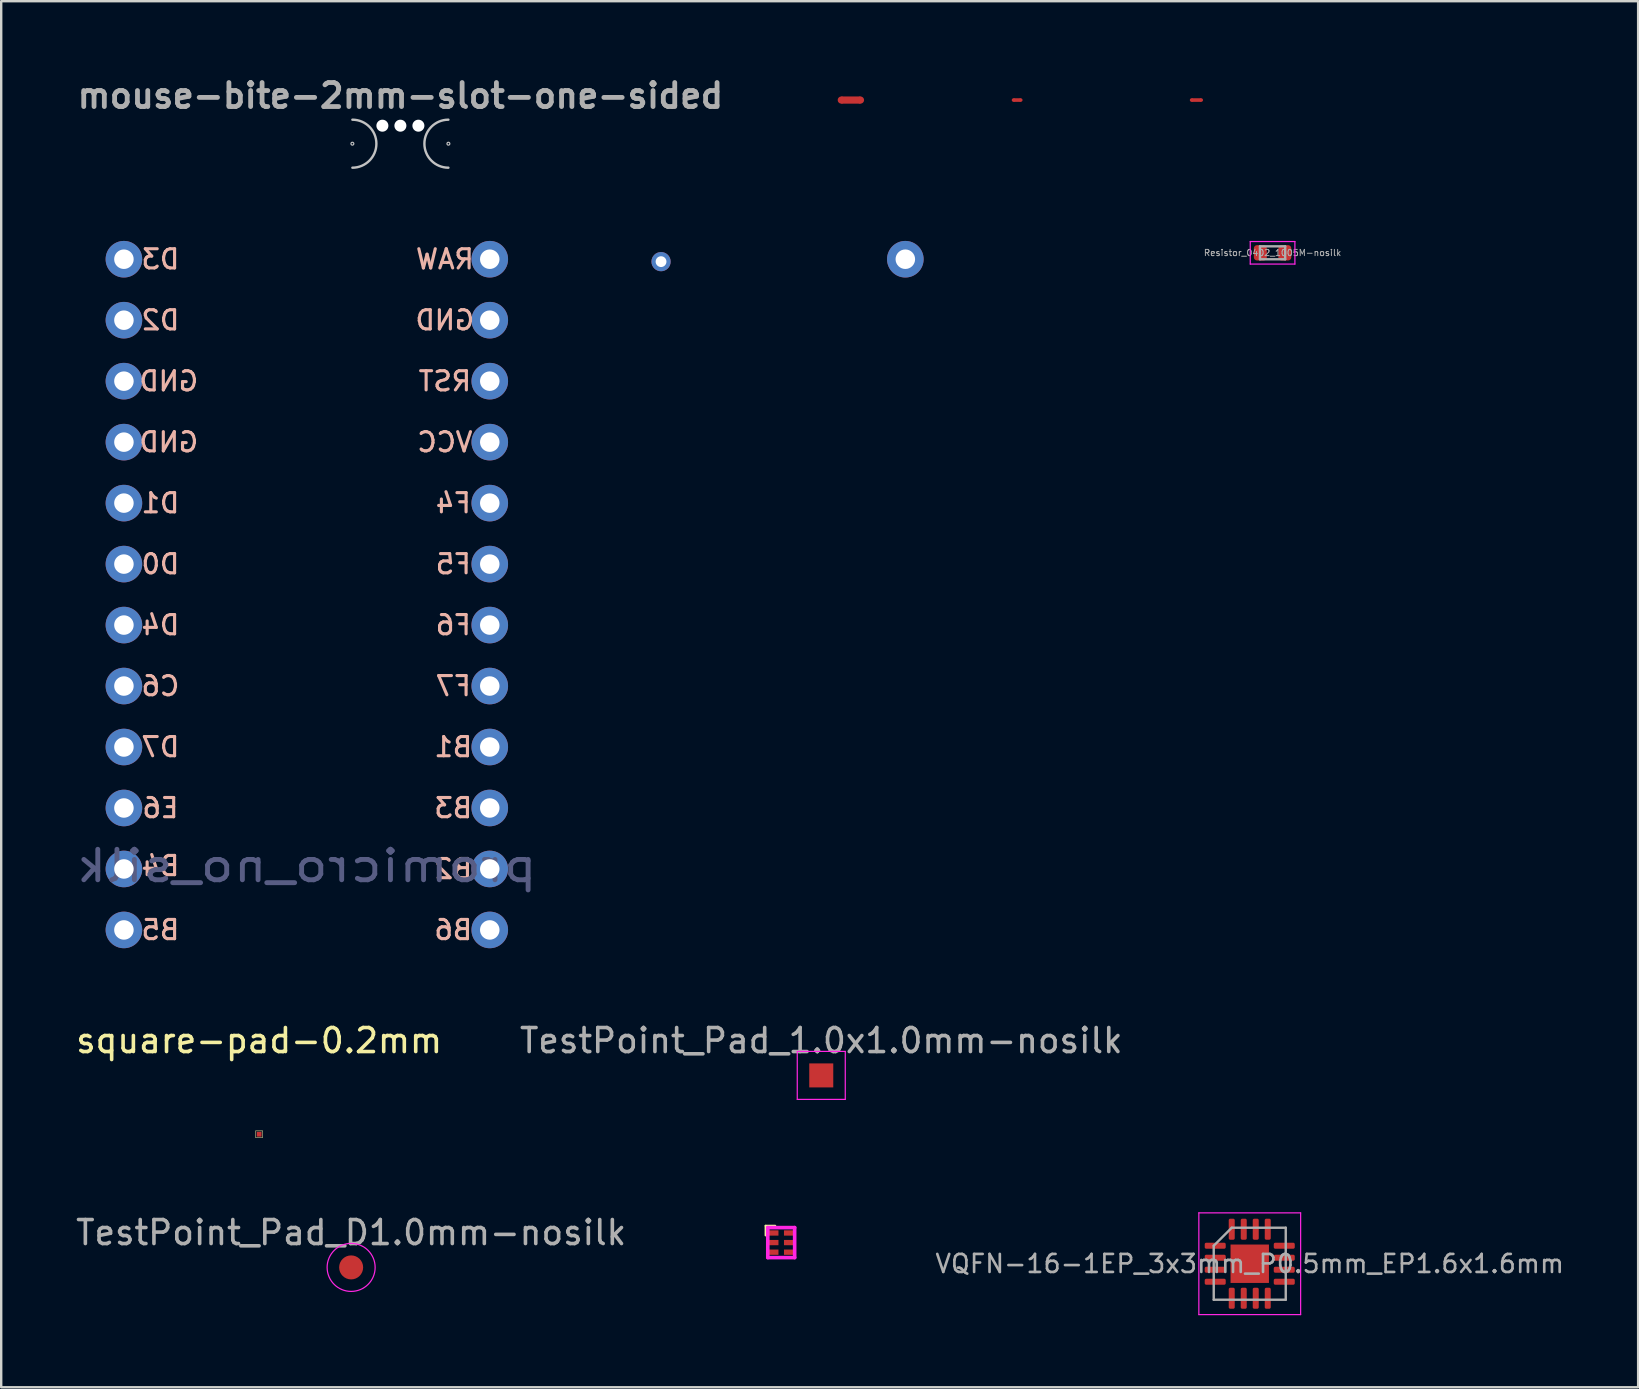
<source format=kicad_pcb>
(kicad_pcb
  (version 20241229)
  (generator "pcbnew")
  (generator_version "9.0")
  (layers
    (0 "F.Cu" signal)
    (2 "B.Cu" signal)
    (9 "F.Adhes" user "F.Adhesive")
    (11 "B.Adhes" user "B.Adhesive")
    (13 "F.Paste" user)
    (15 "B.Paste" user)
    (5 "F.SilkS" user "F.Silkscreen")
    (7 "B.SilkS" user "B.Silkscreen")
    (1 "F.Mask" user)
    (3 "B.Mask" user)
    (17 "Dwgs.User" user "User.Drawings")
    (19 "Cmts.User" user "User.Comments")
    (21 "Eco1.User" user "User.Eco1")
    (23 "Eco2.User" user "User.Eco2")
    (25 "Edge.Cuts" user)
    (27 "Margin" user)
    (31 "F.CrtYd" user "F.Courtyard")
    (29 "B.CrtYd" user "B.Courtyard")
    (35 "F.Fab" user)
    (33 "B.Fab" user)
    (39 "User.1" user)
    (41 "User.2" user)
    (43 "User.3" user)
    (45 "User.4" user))
  (footprint "promicro_no_silk"
    (layer "F.Cu")
    (at 9.732 21.718)
    (property "Reference" "promicro_no_silk" (at 0 11.303 0) (layer "B.Fab") (effects (font (size 1.27 1.524) (thickness 0.203)) (justify mirror)))
    (attr through_hole)
    (fp_text user "F5" (at 6.1 -1.27 0) (unlocked yes) (layer "B.SilkS") (effects (font (size 0.8 0.8) (thickness 0.13)) (justify mirror)))
    (fp_text user "F7" (at 6.1 3.81 0) (unlocked yes) (layer "B.SilkS") (effects (font (size 0.8 0.8) (thickness 0.13)) (justify mirror)))
    (fp_text user "D4" (at -6.1 1.27 0) (unlocked yes) (layer "B.SilkS") (effects (font (size 0.8 0.8) (thickness 0.13)) (justify mirror)))
    (fp_text user "B2" (at 6.1 11.43 0) (unlocked yes) (layer "B.SilkS") (effects (font (size 0.8 0.8) (thickness 0.13)) (justify mirror)))
    (fp_text user "B5" (at -6.1 13.97 0) (unlocked yes) (layer "B.SilkS") (effects (font (size 0.8 0.8) (thickness 0.13)) (justify mirror)))
    (fp_text user "B4" (at -6.1 11.303 0) (unlocked yes) (layer "B.SilkS") (effects (font (size 0.8 0.8) (thickness 0.13)) (justify mirror)))
    (fp_text user "F4" (at 6.1 -3.81 0) (unlocked yes) (layer "B.SilkS") (effects (font (size 0.8 0.8) (thickness 0.13)) (justify mirror)))
    (fp_text user "B6" (at 6.1 13.97 0) (unlocked yes) (layer "B.SilkS") (effects (font (size 0.8 0.8) (thickness 0.13)) (justify mirror)))
    (fp_text user "D2" (at -6.1 -11.43 0) (unlocked yes) (layer "B.SilkS") (effects (font (size 0.8 0.8) (thickness 0.13)) (justify mirror)))
    (fp_text user "GND" (at -5.75 -6.35 0) (unlocked yes) (layer "B.SilkS") (effects (font (size 0.8 0.8) (thickness 0.13)) (justify mirror)))
    (fp_text user "C6" (at -6.1 3.81 0) (unlocked yes) (layer "B.SilkS") (effects (font (size 0.8 0.8) (thickness 0.13)) (justify mirror)))
    (fp_text user "GND" (at 5.75 -11.43 0) (unlocked yes) (layer "B.SilkS") (effects (font (size 0.8 0.8) (thickness 0.13)) (justify mirror)))
    (fp_text user "VCC" (at 5.75 -6.35 0) (unlocked yes) (layer "B.SilkS") (effects (font (size 0.8 0.8) (thickness 0.13)) (justify mirror)))
    (fp_text user "E6" (at -6.1 8.89 0) (unlocked yes) (layer "B.SilkS") (effects (font (size 0.8 0.8) (thickness 0.13)) (justify mirror)))
    (fp_text user "D3" (at -6.1 -13.97 0) (unlocked yes) (layer "B.SilkS") (effects (font (size 0.8 0.8) (thickness 0.13)) (justify mirror)))
    (fp_text user "B3" (at 6.1 8.89 0) (unlocked yes) (layer "B.SilkS") (effects (font (size 0.8 0.8) (thickness 0.13)) (justify mirror)))
    (fp_text user "F6" (at 6.1 1.27 0) (unlocked yes) (layer "B.SilkS") (effects (font (size 0.8 0.8) (thickness 0.13)) (justify mirror)))
    (fp_text user "D1" (at -6.1 -3.81 0) (unlocked yes) (layer "B.SilkS") (effects (font (size 0.8 0.8) (thickness 0.13)) (justify mirror)))
    (fp_text user "RST" (at 5.75 -8.89 0) (unlocked yes) (layer "B.SilkS") (effects (font (size 0.8 0.8) (thickness 0.13)) (justify mirror)))
    (fp_text user "D7" (at -6.1 6.35 0) (unlocked yes) (layer "B.SilkS") (effects (font (size 0.8 0.8) (thickness 0.13)) (justify mirror)))
    (fp_text user "RAW" (at 5.75 -13.97 0) (unlocked yes) (layer "B.SilkS") (effects (font (size 0.8 0.8) (thickness 0.13)) (justify mirror)))
    (fp_text user "D0" (at -6.1 -1.27 0) (unlocked yes) (layer "B.SilkS") (effects (font (size 0.8 0.8) (thickness 0.13)) (justify mirror)))
    (fp_text user "B1" (at 6.1 6.35 0) (unlocked yes) (layer "B.SilkS") (effects (font (size 0.8 0.8) (thickness 0.13)) (justify mirror)))
    (fp_text user "GND" (at -5.75 -8.89 0) (unlocked yes) (layer "B.SilkS") (effects (font (size 0.8 0.8) (thickness 0.13)) (justify mirror)))
    (pad "1" thru_hole circle (at -7.62 -13.97) (size 1.524 1.524) (drill 0.813) (layers "*.Cu" "*.Mask"))
    (pad "2" thru_hole circle (at -7.62 -11.43) (size 1.524 1.524) (drill 0.813) (layers "*.Cu" "*.Mask"))
    (pad "3" thru_hole circle (at -7.62 -8.89) (size 1.524 1.524) (drill 0.813) (layers "*.Cu" "*.Mask"))
    (pad "4" thru_hole circle (at -7.62 -6.35) (size 1.524 1.524) (drill 0.813) (layers "*.Cu" "*.Mask"))
    (pad "5" thru_hole circle (at -7.62 -3.81) (size 1.524 1.524) (drill 0.813) (layers "*.Cu" "*.Mask"))
    (pad "6" thru_hole circle (at -7.62 -1.27) (size 1.524 1.524) (drill 0.813) (layers "*.Cu" "*.Mask"))
    (pad "7" thru_hole circle (at -7.62 1.27) (size 1.524 1.524) (drill 0.813) (layers "*.Cu" "*.Mask"))
    (pad "8" thru_hole circle (at -7.62 3.81) (size 1.524 1.524) (drill 0.813) (layers "*.Cu" "*.Mask"))
    (pad "9" thru_hole circle (at -7.62 6.35) (size 1.524 1.524) (drill 0.813) (layers "*.Cu" "*.Mask"))
    (pad "10" thru_hole circle (at -7.62 8.89) (size 1.524 1.524) (drill 0.813) (layers "*.Cu" "*.Mask"))
    (pad "11" thru_hole circle (at -7.62 11.43) (size 1.524 1.524) (drill 0.813) (layers "*.Cu" "*.Mask"))
    (pad "12" thru_hole circle (at -7.62 13.97) (size 1.524 1.524) (drill 0.813) (layers "*.Cu" "*.Mask"))
    (pad "13" thru_hole circle (at 7.62 13.97) (size 1.524 1.524) (drill 0.813) (layers "*.Cu" "*.Mask"))
    (pad "14" thru_hole circle (at 7.62 11.43) (size 1.524 1.524) (drill 0.813) (layers "*.Cu" "*.Mask"))
    (pad "15" thru_hole circle (at 7.62 8.89) (size 1.524 1.524) (drill 0.813) (layers "*.Cu" "*.Mask"))
    (pad "16" thru_hole circle (at 7.62 6.35) (size 1.524 1.524) (drill 0.813) (layers "*.Cu" "*.Mask"))
    (pad "17" thru_hole circle (at 7.62 3.81) (size 1.524 1.524) (drill 0.813) (layers "*.Cu" "*.Mask"))
    (pad "18" thru_hole circle (at 7.62 1.27) (size 1.524 1.524) (drill 0.813) (layers "*.Cu" "*.Mask"))
    (pad "19" thru_hole circle (at 7.62 -1.27) (size 1.524 1.524) (drill 0.813) (layers "*.Cu" "*.Mask"))
    (pad "20" thru_hole circle (at 7.62 -3.81) (size 1.524 1.524) (drill 0.813) (layers "*.Cu" "*.Mask"))
    (pad "21" thru_hole circle (at 7.62 -6.35) (size 1.524 1.524) (drill 0.813) (layers "*.Cu" "*.Mask"))
    (pad "22" thru_hole circle (at 7.62 -8.89) (size 1.524 1.524) (drill 0.813) (layers "*.Cu" "*.Mask"))
    (pad "23" thru_hole circle (at 7.62 -11.43) (size 1.524 1.524) (drill 0.813) (layers "*.Cu" "*.Mask"))
    (pad "24" thru_hole circle (at 7.62 -13.97) (size 1.524 1.524) (drill 0.813) (layers "*.Cu" "*.Mask")))
  (footprint "TestPoint_Pad_1.0x1.0mm-nosilk"
    (layer "F.Cu")
    (at 31.161 41.748)
    (property "Reference" "TestPoint_Pad_1.0x1.0mm-nosilk" (at 0 -0.425 0) (layer "Eco1.User") (effects (font (size 0.3 0.3) (thickness 0.05))))
    (attr exclude_from_pos_files exclude_from_bom)
    (fp_line (start -1 -1) (end -1 1) (stroke (width 0.05) (type solid)) (layer "F.CrtYd"))
    (fp_line (start -1 -1) (end 1 -1) (stroke (width 0.05) (type solid)) (layer "F.CrtYd"))
    (fp_line (start 1 1) (end -1 1) (stroke (width 0.05) (type solid)) (layer "F.CrtYd"))
    (fp_line (start 1 1) (end 1 -1) (stroke (width 0.05) (type solid)) (layer "F.CrtYd"))
    (fp_text user "${REFERENCE}" (at 0 -1.45 0) (layer "F.Fab") (effects (font (size 1 1) (thickness 0.15))))
    (pad "1" smd rect (at 0 0) (size 1 1) (layers "F.Cu" "F.Mask")))
  (footprint "square-pad-0.2mm"
    (layer "F.Cu")
    (at 7.744 44.198)
    (property "Reference" "square-pad-0.2mm" (at 0 -3.9 0) (layer "F.SilkS") (effects (font (size 1 1) (thickness 0.15))))
    (attr through_hole)
    (fp_line (start -0.14 -0.14) (end 0.14 -0.14) (stroke (width 0.02) (type solid)) (layer "F.SilkS"))
    (fp_line (start -0.14 0.14) (end -0.14 -0.14) (stroke (width 0.02) (type solid)) (layer "F.SilkS"))
    (fp_line (start 0.14 -0.14) (end 0.14 0.14) (stroke (width 0.02) (type solid)) (layer "F.SilkS"))
    (fp_line (start 0.14 0.14) (end -0.14 0.14) (stroke (width 0.02) (type solid)) (layer "F.SilkS"))
    (pad "1" connect rect (at 0 0) (size 0.2 0.2) (layers "F.Cu" "F.Mask")))
  (footprint "Resistor_0402_1005M-nosilk"
    (layer "F.Cu")
    (at 49.961 7.481)
    (property "Reference" "Resistor_0402_1005M-nosilk" (at 0 0 180) (layer "Eco2.User") (effects (font (size 0.3 0.3) (thickness 0.05))))
    (attr smd)
    (fp_line (start -0.93 -0.47) (end 0.93 -0.47) (stroke (width 0.05) (type solid)) (layer "F.CrtYd"))
    (fp_line (start -0.93 0.47) (end -0.93 -0.47) (stroke (width 0.05) (type solid)) (layer "F.CrtYd"))
    (fp_line (start 0.93 -0.47) (end 0.93 0.47) (stroke (width 0.05) (type solid)) (layer "F.CrtYd"))
    (fp_line (start 0.93 0.47) (end -0.93 0.47) (stroke (width 0.05) (type solid)) (layer "F.CrtYd"))
    (fp_line (start -0.525 -0.27) (end 0.525 -0.27) (stroke (width 0.1) (type solid)) (layer "F.Fab"))
    (fp_line (start -0.525 0.27) (end -0.525 -0.27) (stroke (width 0.1) (type solid)) (layer "F.Fab"))
    (fp_line (start 0.525 -0.27) (end 0.525 0.27) (stroke (width 0.1) (type solid)) (layer "F.Fab"))
    (fp_line (start 0.525 0.27) (end -0.525 0.27) (stroke (width 0.1) (type solid)) (layer "F.Fab"))
    (fp_text user "${REFERENCE}" (at 0 0 0) (layer "F.Fab") (effects (font (size 0.26 0.26) (thickness 0.04))))
    (pad "1" smd roundrect (at -0.51 0) (size 0.54 0.64) (layers "F.Cu" "F.Mask" "F.Paste") (roundrect_rratio 0.25))
    (pad "2" smd roundrect (at 0.51 0) (size 0.54 0.64) (layers "F.Cu" "F.Mask" "F.Paste") (roundrect_rratio 0.25)))
  (footprint "VQFN-16-1EP_3x3mm_P0.5mm_EP1.6x1.6mm"
    (layer "F.Cu")
    (at 49.01 49.593)
    (property "Reference" "VQFN-16-1EP_3x3mm_P0.5mm_EP1.6x1.6mm" (at 0 0 0) (layer "Eco2.User") (effects (font (size 0.3 0.3) (thickness 0.05))))
    (attr smd)
    (fp_line (start -2.12 -2.12) (end -2.12 2.12) (stroke (width 0.05) (type solid)) (layer "F.CrtYd"))
    (fp_line (start -2.12 2.12) (end 2.12 2.12) (stroke (width 0.05) (type solid)) (layer "F.CrtYd"))
    (fp_line (start 2.12 -2.12) (end -2.12 -2.12) (stroke (width 0.05) (type solid)) (layer "F.CrtYd"))
    (fp_line (start 2.12 2.12) (end 2.12 -2.12) (stroke (width 0.05) (type solid)) (layer "F.CrtYd"))
    (fp_line (start -1.5 -0.75) (end -0.75 -1.5) (stroke (width 0.1) (type solid)) (layer "F.Fab"))
    (fp_line (start -1.5 1.5) (end -1.5 -0.75) (stroke (width 0.1) (type solid)) (layer "F.Fab"))
    (fp_line (start -0.75 -1.5) (end 1.5 -1.5) (stroke (width 0.1) (type solid)) (layer "F.Fab"))
    (fp_line (start 1.5 -1.5) (end 1.5 1.5) (stroke (width 0.1) (type solid)) (layer "F.Fab"))
    (fp_line (start 1.5 1.5) (end -1.5 1.5) (stroke (width 0.1) (type solid)) (layer "F.Fab"))
    (fp_text user "${REFERENCE}" (at 0 0 0) (layer "F.Fab") (effects (font (size 0.75 0.75) (thickness 0.11))))
    (pad "" smd roundrect (at -0.4 -0.4) (size 0.6 0.6) (layers "F.Paste") (roundrect_rratio 0.25))
    (pad "" smd roundrect (at -0.4 0.4) (size 0.6 0.6) (layers "F.Paste") (roundrect_rratio 0.25))
    (pad "" smd roundrect (at 0.4 -0.4) (size 0.6 0.6) (layers "F.Paste") (roundrect_rratio 0.25))
    (pad "" smd roundrect (at 0.4 0.4) (size 0.6 0.6) (layers "F.Paste") (roundrect_rratio 0.25))
    (pad "1" smd roundrect (at -1.438 -0.75) (size 0.875 0.25) (layers "F.Cu" "F.Mask" "F.Paste") (roundrect_rratio 0.25))
    (pad "2" smd roundrect (at -1.438 -0.25) (size 0.875 0.25) (layers "F.Cu" "F.Mask" "F.Paste") (roundrect_rratio 0.25))
    (pad "3" smd roundrect (at -1.438 0.25) (size 0.875 0.25) (layers "F.Cu" "F.Mask" "F.Paste") (roundrect_rratio 0.25))
    (pad "4" smd roundrect (at -1.438 0.75) (size 0.875 0.25) (layers "F.Cu" "F.Mask" "F.Paste") (roundrect_rratio 0.25))
    (pad "5" smd roundrect (at -0.75 1.438) (size 0.25 0.875) (layers "F.Cu" "F.Mask" "F.Paste") (roundrect_rratio 0.25))
    (pad "6" smd roundrect (at -0.25 1.438) (size 0.25 0.875) (layers "F.Cu" "F.Mask" "F.Paste") (roundrect_rratio 0.25))
    (pad "7" smd roundrect (at 0.25 1.438) (size 0.25 0.875) (layers "F.Cu" "F.Mask" "F.Paste") (roundrect_rratio 0.25))
    (pad "8" smd roundrect (at 0.75 1.438) (size 0.25 0.875) (layers "F.Cu" "F.Mask" "F.Paste") (roundrect_rratio 0.25))
    (pad "9" smd roundrect (at 1.438 0.75) (size 0.875 0.25) (layers "F.Cu" "F.Mask" "F.Paste") (roundrect_rratio 0.25))
    (pad "10" smd roundrect (at 1.438 0.25) (size 0.875 0.25) (layers "F.Cu" "F.Mask" "F.Paste") (roundrect_rratio 0.25))
    (pad "11" smd roundrect (at 1.438 -0.25) (size 0.875 0.25) (layers "F.Cu" "F.Mask" "F.Paste") (roundrect_rratio 0.25))
    (pad "12" smd roundrect (at 1.438 -0.75) (size 0.875 0.25) (layers "F.Cu" "F.Mask" "F.Paste") (roundrect_rratio 0.25))
    (pad "13" smd roundrect (at 0.75 -1.438) (size 0.25 0.875) (layers "F.Cu" "F.Mask" "F.Paste") (roundrect_rratio 0.25))
    (pad "14" smd roundrect (at 0.25 -1.438) (size 0.25 0.875) (layers "F.Cu" "F.Mask" "F.Paste") (roundrect_rratio 0.25))
    (pad "15" smd roundrect (at -0.25 -1.438) (size 0.25 0.875) (layers "F.Cu" "F.Mask" "F.Paste") (roundrect_rratio 0.25))
    (pad "16" smd roundrect (at -0.75 -1.438) (size 0.25 0.875) (layers "F.Cu" "F.Mask" "F.Paste") (roundrect_rratio 0.25))
    (pad "17" smd rect (at 0 0) (size 1.6 1.6) (layers "F.Cu" "F.Mask")))
  (footprint "PTH-1.524_0.8128mm"
    (layer "F.Cu")
    (at 34.663 7.748)
    (property "Reference" "PTH-1.524_0.8128mm" (at 1.9 0.1 0) (layer "Eco2.User") (effects (font (size 0.813 0.813) (thickness 0.15))))
    (pad "1" thru_hole circle (at 0 0) (size 1.524 1.524) (drill 0.813) (layers "*.Cu" "*.Mask")))
  (footprint "net-tie-2-tiny-longer"
    (layer "F.Cu")
    (at 46.789 1.118)
    (property "Reference" "net-tie-2-tiny-longer" (at 0 -0.855 0) (layer "Eco2.User") (effects (font (size 0.3 0.3) (thickness 0.05))))
    (attr exclude_from_pos_files exclude_from_bom)
    (fp_poly (pts (xy 0.2 0.075) (xy -0.2 0.075) (xy -0.2 -0.075) (xy 0.2 -0.075)) (stroke (width 0) (type solid)) (fill yes) (layer "F.Cu"))
    (pad "1" smd circle (at -0.2 0) (size 0.15 0.15) (layers "F.Cu"))
    (pad "2" smd circle (at 0.2 0) (size 0.15 0.15) (layers "F.Cu")))
  (footprint "net-tie-2-tiny"
    (layer "F.Cu")
    (at 39.321 1.118)
    (property "Reference" "net-tie-2-tiny" (at 0 -0.855 0) (layer "Eco2.User") (effects (font (size 0.3 0.3) (thickness 0.05))))
    (attr exclude_from_pos_files exclude_from_bom)
    (fp_poly (pts (xy 0.15 0.075) (xy -0.15 0.075) (xy -0.15 -0.075) (xy 0.15 -0.075)) (stroke (width 0) (type solid)) (fill yes) (layer "F.Cu"))
    (pad "1" smd circle (at -0.15 0) (size 0.15 0.15) (layers "F.Cu"))
    (pad "2" smd circle (at 0.15 0) (size 0.15 0.15) (layers "F.Cu")))
  (footprint "mouse-bite-2mm-slot-one-sided"
    (layer "F.Cu")
    (at 13.629 2.936)
    (property "Reference" "mouse-bite-2mm-slot-one-sided" (at 0 -2 0) (layer "F.Fab") (effects (font (size 1 1) (thickness 0.2))))
    (attr through_hole)
    (fp_arc (start -2 -1) (mid -1 0) (end -2 1) (stroke (width 0.1) (type solid)) (layer "Dwgs.User"))
    (fp_arc (start 2 1) (mid 1 0) (end 2 -1) (stroke (width 0.1) (type solid)) (layer "Dwgs.User"))
    (fp_circle (center -2 0) (end -2 -0.06) (stroke (width 0.05) (type solid)) (fill no) (layer "Dwgs.User"))
    (fp_circle (center 2 0) (end 2.06 0) (stroke (width 0.05) (type solid)) (fill no) (layer "Dwgs.User"))
    (fp_line (start -2 0) (end -2 0) (stroke (width 2) (type solid)) (layer "Eco1.User"))
    (fp_line (start 2 0) (end 2 0) (stroke (width 2) (type solid)) (layer "Eco1.User"))
    (pad "" np_thru_hole circle (at -0.75 -0.75) (size 0.5 0.5) (drill 0.5) (layers "*.Cu" "*.Mask"))
    (pad "" np_thru_hole circle (at 0 -0.75) (size 0.5 0.5) (drill 0.5) (layers "*.Cu" "*.Mask"))
    (pad "" np_thru_hole circle (at 0.75 -0.75) (size 0.5 0.5) (drill 0.5) (layers "*.Cu" "*.Mask")))
  (footprint "TestPoint_Pad_D1.0mm-nosilk"
    (layer "F.Cu")
    (at 11.577 49.746)
    (property "Reference" "TestPoint_Pad_D1.0mm-nosilk" (at 0 0 0) (layer "Eco2.User") (effects (font (size 0.3 0.3) (thickness 0.05))))
    (attr exclude_from_pos_files exclude_from_bom)
    (fp_circle (center 0 0) (end 1 0) (stroke (width 0.05) (type solid)) (fill no) (layer "F.CrtYd"))
    (fp_text user "${REFERENCE}" (at 0 -1.45 0) (layer "F.Fab") (effects (font (size 1 1) (thickness 0.15))))
    (pad "1" smd circle (at 0 0) (size 1 1) (layers "F.Cu" "F.Mask")))
  (footprint "net-tie-2-0.3mm"
    (layer "F.Cu")
    (at 32.395 1.118)
    (property "Reference" "net-tie-2-0.3mm" (at 0 -0.855 0) (layer "Eco2.User") (effects (font (size 0.3 0.3) (thickness 0.05))))
    (attr exclude_from_pos_files exclude_from_bom)
    (fp_poly (pts (xy 0.4 0.15) (xy -0.4 0.15) (xy -0.4 -0.15) (xy 0.4 -0.15)) (stroke (width 0) (type solid)) (fill yes) (layer "F.Cu"))
    (pad "1" smd circle (at -0.4 0) (size 0.3 0.3) (layers "F.Cu"))
    (pad "2" smd circle (at 0.4 0) (size 0.3 0.3) (layers "F.Cu")))
  (footprint "UDFN-6_1.2x1.0mm_P0.4mm"
    (layer "F.Cu")
    (at 29.493 48.712)
    (property "Reference" "UDFN-6_1.2x1.0mm_P0.4mm" (at 0 -1 0) (layer "Eco2.User") (effects (font (size 0.3 0.3) (thickness 0.05))))
    (fp_line (start -0.65 -0.7) (end -0.65 -0.3) (stroke (width 0.085) (type solid)) (layer "F.SilkS"))
    (fp_line (start -0.25 -0.7) (end -0.65 -0.7) (stroke (width 0.085) (type solid)) (layer "F.SilkS"))
    (fp_line (start -0.56 -0.625) (end -0.56 0.625) (stroke (width 0.15) (type solid)) (layer "F.CrtYd"))
    (fp_line (start -0.56 0.625) (end 0.56 0.625) (stroke (width 0.15) (type solid)) (layer "F.CrtYd"))
    (fp_line (start 0.56 -0.625) (end -0.56 -0.625) (stroke (width 0.15) (type solid)) (layer "F.CrtYd"))
    (fp_line (start 0.56 0.625) (end 0.56 -0.625) (stroke (width 0.15) (type solid)) (layer "F.CrtYd"))
    (pad "1" smd rect (at -0.325 -0.4 270) (size 0.22 0.42) (layers "F.Cu" "F.Mask" "F.Paste"))
    (pad "2" smd rect (at -0.325 0 270) (size 0.22 0.42) (layers "F.Cu" "F.Mask" "F.Paste"))
    (pad "3" smd rect (at -0.325 0.4 270) (size 0.22 0.42) (layers "F.Cu" "F.Mask" "F.Paste"))
    (pad "4" smd rect (at 0.325 0.4 270) (size 0.22 0.42) (layers "F.Cu" "F.Mask" "F.Paste"))
    (pad "5" smd rect (at 0.325 0 270) (size 0.22 0.42) (layers "F.Cu" "F.Mask" "F.Paste"))
    (pad "6" smd rect (at 0.325 -0.4 270) (size 0.22 0.42) (layers "F.Cu" "F.Mask" "F.Paste")))
  (footprint "PTH-0.8_0.45mm"
    (layer "F.Cu")
    (at 24.487 7.849)
    (property "Reference" "PTH-0.8_0.45mm" (at 0 -0.6 0) (unlocked yes) (layer "Eco2.User") (effects (font (size 0.3 0.3) (thickness 0.05))))
    (pad "1" thru_hole circle (at 0 0) (size 0.8 0.8) (drill 0.45) (layers "*.Cu" "*.Mask")))
  (gr_rect
    (start -3 -3)
    (end 65.189 54.738)
    (stroke (width 0.1) (type default))
    (fill no)
    (layer "Edge.Cuts")))
</source>
